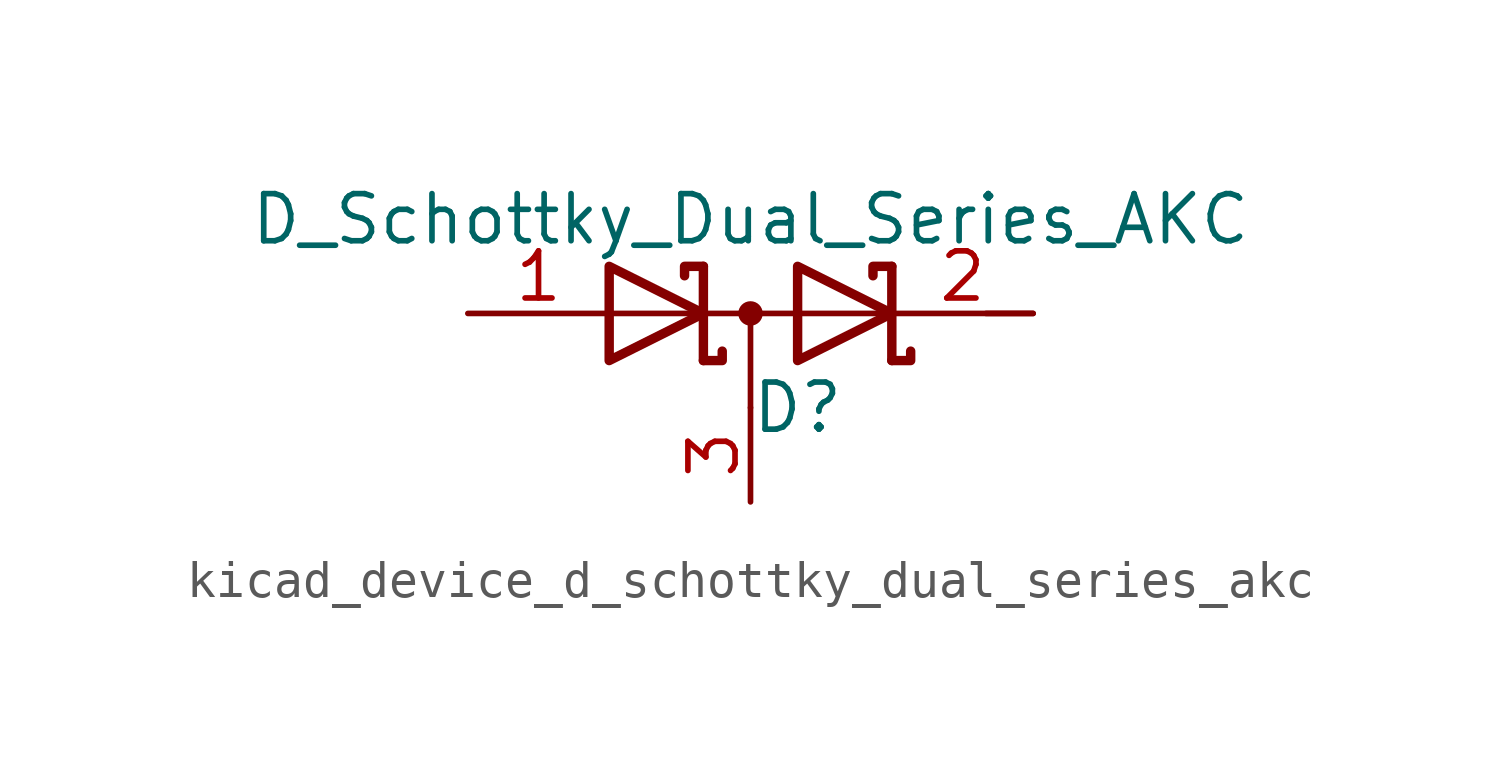
<source format=kicad_sym>
(kicad_symbol_lib
  (version 20220914)
  (generator kicad_symbol_editor)
  (symbol "kicad_device_d_schottky_dual_series_akc"
    (pin_names
      (offset 0.762) hide)
    (property "Reference" "D"
      (at 1.27 -2.54 0)
      (effects (font (size 1.27 1.27))))
    (property "Value" "D_Schottky_Dual_Series_AKC"
      (at 0 2.54 0)
      (effects (font (size 1.27 1.27))))
    (symbol "kicad_device_d_schottky_dual_series_akc_0_1"
      (polyline (pts (xy -3.81 0) (xy 3.81 0)) (stroke (width 0) (type default)) (fill (type none)))
      (polyline (pts (xy 0 0) (xy 0 -2.54)) (stroke (width 0) (type default)) (fill (type none)))
      (polyline (pts (xy 6.35 0) (xy 7.62 0)) (stroke (width 0) (type default)) (fill (type none)))
      (polyline (pts (xy -1.27 -1.27) (xy -1.27 1.27) (xy -1.27 1.27)) (stroke (width 0.254) (type default)) (fill (type none)))
      (polyline (pts (xy 3.81 1.27) (xy 3.81 -1.27) (xy 3.81 -1.27)) (stroke (width 0.254) (type default)) (fill (type none)))
      (polyline (pts (xy -1.27 -1.27) (xy -0.762 -1.27) (xy -0.762 -1.016) (xy -0.762 -1.016)) (stroke (width 0.254) (type default)) (fill (type none)))
      (polyline (pts (xy 3.81 -1.27) (xy 4.318 -1.27) (xy 4.318 -1.016) (xy 4.318 -1.016)) (stroke (width 0.254) (type default)) (fill (type none)))
      (polyline (pts (xy 3.81 1.27) (xy 3.302 1.27) (xy 3.302 1.016) (xy 3.302 1.016)) (stroke (width 0.254) (type default)) (fill (type none)))
      (polyline (pts (xy -1.778 1.016) (xy -1.778 1.27) (xy -1.27 1.27) (xy -1.27 1.27) (xy -1.27 1.27)) (stroke (width 0.254) (type default)) (fill (type none)))
      (polyline (pts (xy -3.81 1.27) (xy -1.27 0) (xy -3.81 -1.27) (xy -3.81 1.27) (xy -3.81 1.27) (xy -3.81 1.27)) (stroke (width 0.254) (type default)) (fill (type none)))
      (polyline (pts (xy 1.27 1.27) (xy 3.81 0) (xy 1.27 -1.27) (xy 1.27 1.27) (xy 1.27 1.27) (xy 1.27 1.27)) (stroke (width 0.254) (type default)) (fill (type none)))
      (circle (center 0 0) (radius 0.254) (stroke (width 0) (type default)) (fill (type outline)))
      (pin passive line (at -7.62 0 0) (length 3.81) (name "A" (effects (font (size 1.27 1.27)))) (number "1" (effects (font (size 1.27 1.27)))))
      (pin passive line (at 7.62 0 180) (length 3.81) (name "K" (effects (font (size 1.27 1.27)))) (number "2" (effects (font (size 1.27 1.27)))))
      (pin passive line (at 0 -5.08 90) (length 2.54) (name "common" (effects (font (size 1.27 1.27)))) (number "3" (effects (font (size 1.27 1.27))))))))
</source>
